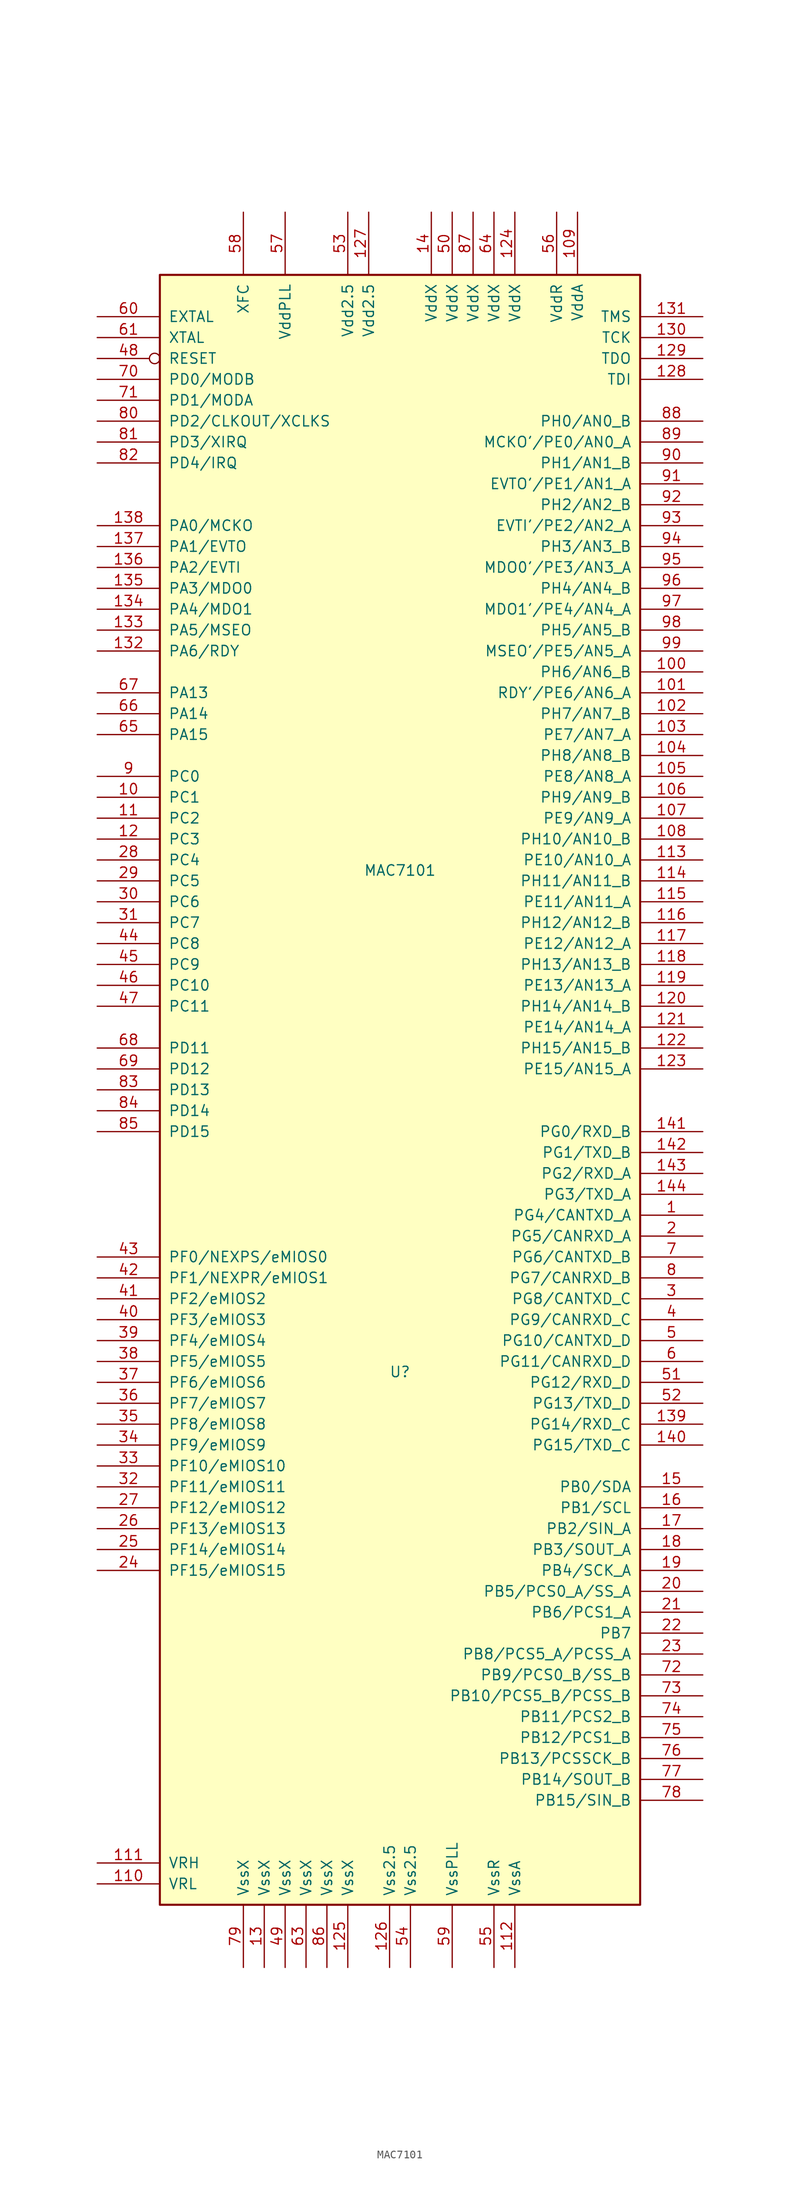
<source format=kicad_sym>
(kicad_symbol_lib
  (version 20201005)
  (generator kicad_symbol_editor)
  (symbol "MCU_NXP_MAC7100:MAC7101"
    (pin_names
      (offset 1.016))
    (property "Reference" "U"
      (at 1.27 -44.45 0)
      (effects (font (size 1.27 1.27))))
    (property "Value" "MAC7101"
      (at 1.27 16.51 0)
      (effects (font (size 1.27 1.27))))
    (symbol "MAC7101_0_1"
      (rectangle (start 30.48 -109.22) (end -27.94 88.9) (stroke (width 0.254)) (fill (type background))))
    (symbol "MAC7101_1_1"
      (pin bidirectional line (at 38.1 -25.4 180) (length 7.62) (name "PG4/CANTXD_A" (effects (font (size 1.27 1.27)))) (number "1" (effects (font (size 1.27 1.27)))))
      (pin bidirectional line (at -35.56 25.4 0) (length 7.62) (name "PC1" (effects (font (size 1.27 1.27)))) (number "10" (effects (font (size 1.27 1.27)))))
      (pin bidirectional line (at 38.1 40.64 180) (length 7.62) (name "PH6/AN6_B" (effects (font (size 1.27 1.27)))) (number "100" (effects (font (size 1.27 1.27)))))
      (pin bidirectional line (at 38.1 38.1 180) (length 7.62) (name "RDY'/PE6/AN6_A" (effects (font (size 1.27 1.27)))) (number "101" (effects (font (size 1.27 1.27)))))
      (pin bidirectional line (at 38.1 35.56 180) (length 7.62) (name "PH7/AN7_B" (effects (font (size 1.27 1.27)))) (number "102" (effects (font (size 1.27 1.27)))))
      (pin bidirectional line (at 38.1 33.02 180) (length 7.62) (name "PE7/AN7_A" (effects (font (size 1.27 1.27)))) (number "103" (effects (font (size 1.27 1.27)))))
      (pin bidirectional line (at 38.1 30.48 180) (length 7.62) (name "PH8/AN8_B" (effects (font (size 1.27 1.27)))) (number "104" (effects (font (size 1.27 1.27)))))
      (pin bidirectional line (at 38.1 27.94 180) (length 7.62) (name "PE8/AN8_A" (effects (font (size 1.27 1.27)))) (number "105" (effects (font (size 1.27 1.27)))))
      (pin bidirectional line (at 38.1 25.4 180) (length 7.62) (name "PH9/AN9_B" (effects (font (size 1.27 1.27)))) (number "106" (effects (font (size 1.27 1.27)))))
      (pin bidirectional line (at 38.1 22.86 180) (length 7.62) (name "PE9/AN9_A" (effects (font (size 1.27 1.27)))) (number "107" (effects (font (size 1.27 1.27)))))
      (pin bidirectional line (at 38.1 20.32 180) (length 7.62) (name "PH10/AN10_B" (effects (font (size 1.27 1.27)))) (number "108" (effects (font (size 1.27 1.27)))))
      (pin power_in line (at 22.86 96.52 270) (length 7.62) (name "VddA" (effects (font (size 1.27 1.27)))) (number "109" (effects (font (size 1.27 1.27)))))
      (pin bidirectional line (at -35.56 22.86 0) (length 7.62) (name "PC2" (effects (font (size 1.27 1.27)))) (number "11" (effects (font (size 1.27 1.27)))))
      (pin passive line (at -35.56 -106.68 0) (length 7.62) (name "VRL" (effects (font (size 1.27 1.27)))) (number "110" (effects (font (size 1.27 1.27)))))
      (pin passive line (at -35.56 -104.14 0) (length 7.62) (name "VRH" (effects (font (size 1.27 1.27)))) (number "111" (effects (font (size 1.27 1.27)))))
      (pin power_in line (at 15.24 -116.84 90) (length 7.62) (name "VssA" (effects (font (size 1.27 1.27)))) (number "112" (effects (font (size 1.27 1.27)))))
      (pin bidirectional line (at 38.1 17.78 180) (length 7.62) (name "PE10/AN10_A" (effects (font (size 1.27 1.27)))) (number "113" (effects (font (size 1.27 1.27)))))
      (pin bidirectional line (at 38.1 15.24 180) (length 7.62) (name "PH11/AN11_B" (effects (font (size 1.27 1.27)))) (number "114" (effects (font (size 1.27 1.27)))))
      (pin bidirectional line (at 38.1 12.7 180) (length 7.62) (name "PE11/AN11_A" (effects (font (size 1.27 1.27)))) (number "115" (effects (font (size 1.27 1.27)))))
      (pin bidirectional line (at 38.1 10.16 180) (length 7.62) (name "PH12/AN12_B" (effects (font (size 1.27 1.27)))) (number "116" (effects (font (size 1.27 1.27)))))
      (pin bidirectional line (at 38.1 7.62 180) (length 7.62) (name "PE12/AN12_A" (effects (font (size 1.27 1.27)))) (number "117" (effects (font (size 1.27 1.27)))))
      (pin bidirectional line (at 38.1 5.08 180) (length 7.62) (name "PH13/AN13_B" (effects (font (size 1.27 1.27)))) (number "118" (effects (font (size 1.27 1.27)))))
      (pin bidirectional line (at 38.1 2.54 180) (length 7.62) (name "PE13/AN13_A" (effects (font (size 1.27 1.27)))) (number "119" (effects (font (size 1.27 1.27)))))
      (pin bidirectional line (at -35.56 20.32 0) (length 7.62) (name "PC3" (effects (font (size 1.27 1.27)))) (number "12" (effects (font (size 1.27 1.27)))))
      (pin bidirectional line (at 38.1 0 180) (length 7.62) (name "PH14/AN14_B" (effects (font (size 1.27 1.27)))) (number "120" (effects (font (size 1.27 1.27)))))
      (pin bidirectional line (at 38.1 -2.54 180) (length 7.62) (name "PE14/AN14_A" (effects (font (size 1.27 1.27)))) (number "121" (effects (font (size 1.27 1.27)))))
      (pin bidirectional line (at 38.1 -5.08 180) (length 7.62) (name "PH15/AN15_B" (effects (font (size 1.27 1.27)))) (number "122" (effects (font (size 1.27 1.27)))))
      (pin bidirectional line (at 38.1 -7.62 180) (length 7.62) (name "PE15/AN15_A" (effects (font (size 1.27 1.27)))) (number "123" (effects (font (size 1.27 1.27)))))
      (pin power_in line (at 15.24 96.52 270) (length 7.62) (name "VddX" (effects (font (size 1.27 1.27)))) (number "124" (effects (font (size 1.27 1.27)))))
      (pin power_in line (at -5.08 -116.84 90) (length 7.62) (name "VssX" (effects (font (size 1.27 1.27)))) (number "125" (effects (font (size 1.27 1.27)))))
      (pin power_in line (at 0 -116.84 90) (length 7.62) (name "Vss2.5" (effects (font (size 1.27 1.27)))) (number "126" (effects (font (size 1.27 1.27)))))
      (pin power_in line (at -2.54 96.52 270) (length 7.62) (name "Vdd2.5" (effects (font (size 1.27 1.27)))) (number "127" (effects (font (size 1.27 1.27)))))
      (pin input line (at 38.1 76.2 180) (length 7.62) (name "TDI" (effects (font (size 1.27 1.27)))) (number "128" (effects (font (size 1.27 1.27)))))
      (pin output line (at 38.1 78.74 180) (length 7.62) (name "TDO" (effects (font (size 1.27 1.27)))) (number "129" (effects (font (size 1.27 1.27)))))
      (pin power_in line (at -15.24 -116.84 90) (length 7.62) (name "VssX" (effects (font (size 1.27 1.27)))) (number "13" (effects (font (size 1.27 1.27)))))
      (pin input line (at 38.1 81.28 180) (length 7.62) (name "TCK" (effects (font (size 1.27 1.27)))) (number "130" (effects (font (size 1.27 1.27)))))
      (pin input line (at 38.1 83.82 180) (length 7.62) (name "TMS" (effects (font (size 1.27 1.27)))) (number "131" (effects (font (size 1.27 1.27)))))
      (pin bidirectional line (at -35.56 43.18 0) (length 7.62) (name "PA6/RDY" (effects (font (size 1.27 1.27)))) (number "132" (effects (font (size 1.27 1.27)))))
      (pin bidirectional line (at -35.56 45.72 0) (length 7.62) (name "PA5/MSEO" (effects (font (size 1.27 1.27)))) (number "133" (effects (font (size 1.27 1.27)))))
      (pin bidirectional line (at -35.56 48.26 0) (length 7.62) (name "PA4/MDO1" (effects (font (size 1.27 1.27)))) (number "134" (effects (font (size 1.27 1.27)))))
      (pin bidirectional line (at -35.56 50.8 0) (length 7.62) (name "PA3/MDO0" (effects (font (size 1.27 1.27)))) (number "135" (effects (font (size 1.27 1.27)))))
      (pin bidirectional line (at -35.56 53.34 0) (length 7.62) (name "PA2/EVTI" (effects (font (size 1.27 1.27)))) (number "136" (effects (font (size 1.27 1.27)))))
      (pin bidirectional line (at -35.56 55.88 0) (length 7.62) (name "PA1/EVTO" (effects (font (size 1.27 1.27)))) (number "137" (effects (font (size 1.27 1.27)))))
      (pin bidirectional line (at -35.56 58.42 0) (length 7.62) (name "PA0/MCKO" (effects (font (size 1.27 1.27)))) (number "138" (effects (font (size 1.27 1.27)))))
      (pin bidirectional line (at 38.1 -50.8 180) (length 7.62) (name "PG14/RXD_C" (effects (font (size 1.27 1.27)))) (number "139" (effects (font (size 1.27 1.27)))))
      (pin power_in line (at 5.08 96.52 270) (length 7.62) (name "VddX" (effects (font (size 1.27 1.27)))) (number "14" (effects (font (size 1.27 1.27)))))
      (pin bidirectional line (at 38.1 -53.34 180) (length 7.62) (name "PG15/TXD_C" (effects (font (size 1.27 1.27)))) (number "140" (effects (font (size 1.27 1.27)))))
      (pin bidirectional line (at 38.1 -15.24 180) (length 7.62) (name "PG0/RXD_B" (effects (font (size 1.27 1.27)))) (number "141" (effects (font (size 1.27 1.27)))))
      (pin bidirectional line (at 38.1 -17.78 180) (length 7.62) (name "PG1/TXD_B" (effects (font (size 1.27 1.27)))) (number "142" (effects (font (size 1.27 1.27)))))
      (pin bidirectional line (at 38.1 -20.32 180) (length 7.62) (name "PG2/RXD_A" (effects (font (size 1.27 1.27)))) (number "143" (effects (font (size 1.27 1.27)))))
      (pin bidirectional line (at 38.1 -22.86 180) (length 7.62) (name "PG3/TXD_A" (effects (font (size 1.27 1.27)))) (number "144" (effects (font (size 1.27 1.27)))))
      (pin bidirectional line (at 38.1 -58.42 180) (length 7.62) (name "PB0/SDA" (effects (font (size 1.27 1.27)))) (number "15" (effects (font (size 1.27 1.27)))))
      (pin bidirectional line (at 38.1 -60.96 180) (length 7.62) (name "PB1/SCL" (effects (font (size 1.27 1.27)))) (number "16" (effects (font (size 1.27 1.27)))))
      (pin bidirectional line (at 38.1 -63.5 180) (length 7.62) (name "PB2/SIN_A" (effects (font (size 1.27 1.27)))) (number "17" (effects (font (size 1.27 1.27)))))
      (pin bidirectional line (at 38.1 -66.04 180) (length 7.62) (name "PB3/SOUT_A" (effects (font (size 1.27 1.27)))) (number "18" (effects (font (size 1.27 1.27)))))
      (pin bidirectional line (at 38.1 -68.58 180) (length 7.62) (name "PB4/SCK_A" (effects (font (size 1.27 1.27)))) (number "19" (effects (font (size 1.27 1.27)))))
      (pin bidirectional line (at 38.1 -27.94 180) (length 7.62) (name "PG5/CANRXD_A" (effects (font (size 1.27 1.27)))) (number "2" (effects (font (size 1.27 1.27)))))
      (pin bidirectional line (at 38.1 -71.12 180) (length 7.62) (name "PB5/PCS0_A/SS_A" (effects (font (size 1.27 1.27)))) (number "20" (effects (font (size 1.27 1.27)))))
      (pin bidirectional line (at 38.1 -73.66 180) (length 7.62) (name "PB6/PCS1_A" (effects (font (size 1.27 1.27)))) (number "21" (effects (font (size 1.27 1.27)))))
      (pin bidirectional line (at 38.1 -76.2 180) (length 7.62) (name "PB7" (effects (font (size 1.27 1.27)))) (number "22" (effects (font (size 1.27 1.27)))))
      (pin bidirectional line (at 38.1 -78.74 180) (length 7.62) (name "PB8/PCS5_A/PCSS_A" (effects (font (size 1.27 1.27)))) (number "23" (effects (font (size 1.27 1.27)))))
      (pin bidirectional line (at -35.56 -68.58 0) (length 7.62) (name "PF15/eMIOS15" (effects (font (size 1.27 1.27)))) (number "24" (effects (font (size 1.27 1.27)))))
      (pin bidirectional line (at -35.56 -66.04 0) (length 7.62) (name "PF14/eMIOS14" (effects (font (size 1.27 1.27)))) (number "25" (effects (font (size 1.27 1.27)))))
      (pin bidirectional line (at -35.56 -63.5 0) (length 7.62) (name "PF13/eMIOS13" (effects (font (size 1.27 1.27)))) (number "26" (effects (font (size 1.27 1.27)))))
      (pin bidirectional line (at -35.56 -60.96 0) (length 7.62) (name "PF12/eMIOS12" (effects (font (size 1.27 1.27)))) (number "27" (effects (font (size 1.27 1.27)))))
      (pin bidirectional line (at -35.56 17.78 0) (length 7.62) (name "PC4" (effects (font (size 1.27 1.27)))) (number "28" (effects (font (size 1.27 1.27)))))
      (pin bidirectional line (at -35.56 15.24 0) (length 7.62) (name "PC5" (effects (font (size 1.27 1.27)))) (number "29" (effects (font (size 1.27 1.27)))))
      (pin bidirectional line (at 38.1 -35.56 180) (length 7.62) (name "PG8/CANTXD_C" (effects (font (size 1.27 1.27)))) (number "3" (effects (font (size 1.27 1.27)))))
      (pin bidirectional line (at -35.56 12.7 0) (length 7.62) (name "PC6" (effects (font (size 1.27 1.27)))) (number "30" (effects (font (size 1.27 1.27)))))
      (pin bidirectional line (at -35.56 10.16 0) (length 7.62) (name "PC7" (effects (font (size 1.27 1.27)))) (number "31" (effects (font (size 1.27 1.27)))))
      (pin bidirectional line (at -35.56 -58.42 0) (length 7.62) (name "PF11/eMIOS11" (effects (font (size 1.27 1.27)))) (number "32" (effects (font (size 1.27 1.27)))))
      (pin bidirectional line (at -35.56 -55.88 0) (length 7.62) (name "PF10/eMIOS10" (effects (font (size 1.27 1.27)))) (number "33" (effects (font (size 1.27 1.27)))))
      (pin bidirectional line (at -35.56 -53.34 0) (length 7.62) (name "PF9/eMIOS9" (effects (font (size 1.27 1.27)))) (number "34" (effects (font (size 1.27 1.27)))))
      (pin bidirectional line (at -35.56 -50.8 0) (length 7.62) (name "PF8/eMIOS8" (effects (font (size 1.27 1.27)))) (number "35" (effects (font (size 1.27 1.27)))))
      (pin bidirectional line (at -35.56 -48.26 0) (length 7.62) (name "PF7/eMIOS7" (effects (font (size 1.27 1.27)))) (number "36" (effects (font (size 1.27 1.27)))))
      (pin bidirectional line (at -35.56 -45.72 0) (length 7.62) (name "PF6/eMIOS6" (effects (font (size 1.27 1.27)))) (number "37" (effects (font (size 1.27 1.27)))))
      (pin bidirectional line (at -35.56 -43.18 0) (length 7.62) (name "PF5/eMIOS5" (effects (font (size 1.27 1.27)))) (number "38" (effects (font (size 1.27 1.27)))))
      (pin bidirectional line (at -35.56 -40.64 0) (length 7.62) (name "PF4/eMIOS4" (effects (font (size 1.27 1.27)))) (number "39" (effects (font (size 1.27 1.27)))))
      (pin bidirectional line (at 38.1 -38.1 180) (length 7.62) (name "PG9/CANRXD_C" (effects (font (size 1.27 1.27)))) (number "4" (effects (font (size 1.27 1.27)))))
      (pin bidirectional line (at -35.56 -38.1 0) (length 7.62) (name "PF3/eMIOS3" (effects (font (size 1.27 1.27)))) (number "40" (effects (font (size 1.27 1.27)))))
      (pin bidirectional line (at -35.56 -35.56 0) (length 7.62) (name "PF2/eMIOS2" (effects (font (size 1.27 1.27)))) (number "41" (effects (font (size 1.27 1.27)))))
      (pin bidirectional line (at -35.56 -33.02 0) (length 7.62) (name "PF1/NEXPR/eMIOS1" (effects (font (size 1.27 1.27)))) (number "42" (effects (font (size 1.27 1.27)))))
      (pin bidirectional line (at -35.56 -30.48 0) (length 7.62) (name "PF0/NEXPS/eMIOS0" (effects (font (size 1.27 1.27)))) (number "43" (effects (font (size 1.27 1.27)))))
      (pin bidirectional line (at -35.56 7.62 0) (length 7.62) (name "PC8" (effects (font (size 1.27 1.27)))) (number "44" (effects (font (size 1.27 1.27)))))
      (pin bidirectional line (at -35.56 5.08 0) (length 7.62) (name "PC9" (effects (font (size 1.27 1.27)))) (number "45" (effects (font (size 1.27 1.27)))))
      (pin bidirectional line (at -35.56 2.54 0) (length 7.62) (name "PC10" (effects (font (size 1.27 1.27)))) (number "46" (effects (font (size 1.27 1.27)))))
      (pin bidirectional line (at -35.56 0 0) (length 7.62) (name "PC11" (effects (font (size 1.27 1.27)))) (number "47" (effects (font (size 1.27 1.27)))))
      (pin bidirectional inverted (at -35.56 78.74 0) (length 7.62) (name "RESET" (effects (font (size 1.27 1.27)))) (number "48" (effects (font (size 1.27 1.27)))))
      (pin power_in line (at -12.7 -116.84 90) (length 7.62) (name "VssX" (effects (font (size 1.27 1.27)))) (number "49" (effects (font (size 1.27 1.27)))))
      (pin bidirectional line (at 38.1 -40.64 180) (length 7.62) (name "PG10/CANTXD_D" (effects (font (size 1.27 1.27)))) (number "5" (effects (font (size 1.27 1.27)))))
      (pin power_in line (at 7.62 96.52 270) (length 7.62) (name "VddX" (effects (font (size 1.27 1.27)))) (number "50" (effects (font (size 1.27 1.27)))))
      (pin bidirectional line (at 38.1 -45.72 180) (length 7.62) (name "PG12/RXD_D" (effects (font (size 1.27 1.27)))) (number "51" (effects (font (size 1.27 1.27)))))
      (pin bidirectional line (at 38.1 -48.26 180) (length 7.62) (name "PG13/TXD_D" (effects (font (size 1.27 1.27)))) (number "52" (effects (font (size 1.27 1.27)))))
      (pin passive line (at -5.08 96.52 270) (length 7.62) (name "Vdd2.5" (effects (font (size 1.27 1.27)))) (number "53" (effects (font (size 1.27 1.27)))))
      (pin passive line (at 2.54 -116.84 90) (length 7.62) (name "Vss2.5" (effects (font (size 1.27 1.27)))) (number "54" (effects (font (size 1.27 1.27)))))
      (pin power_in line (at 12.7 -116.84 90) (length 7.62) (name "VssR" (effects (font (size 1.27 1.27)))) (number "55" (effects (font (size 1.27 1.27)))))
      (pin power_in line (at 20.32 96.52 270) (length 7.62) (name "VddR" (effects (font (size 1.27 1.27)))) (number "56" (effects (font (size 1.27 1.27)))))
      (pin passive line (at -12.7 96.52 270) (length 7.62) (name "VddPLL" (effects (font (size 1.27 1.27)))) (number "57" (effects (font (size 1.27 1.27)))))
      (pin bidirectional line (at -17.78 96.52 270) (length 7.62) (name "XFC" (effects (font (size 1.27 1.27)))) (number "58" (effects (font (size 1.27 1.27)))))
      (pin passive line (at 7.62 -116.84 90) (length 7.62) (name "VssPLL" (effects (font (size 1.27 1.27)))) (number "59" (effects (font (size 1.27 1.27)))))
      (pin bidirectional line (at 38.1 -43.18 180) (length 7.62) (name "PG11/CANRXD_D" (effects (font (size 1.27 1.27)))) (number "6" (effects (font (size 1.27 1.27)))))
      (pin input line (at -35.56 83.82 0) (length 7.62) (name "EXTAL" (effects (font (size 1.27 1.27)))) (number "60" (effects (font (size 1.27 1.27)))))
      (pin output line (at -35.56 81.28 0) (length 7.62) (name "XTAL" (effects (font (size 1.27 1.27)))) (number "61" (effects (font (size 1.27 1.27)))))
      (pin power_in line (at -10.16 -116.84 90) (length 7.62) (name "VssX" (effects (font (size 1.27 1.27)))) (number "63" (effects (font (size 1.27 1.27)))))
      (pin power_in line (at 12.7 96.52 270) (length 7.62) (name "VddX" (effects (font (size 1.27 1.27)))) (number "64" (effects (font (size 1.27 1.27)))))
      (pin bidirectional line (at -35.56 33.02 0) (length 7.62) (name "PA15" (effects (font (size 1.27 1.27)))) (number "65" (effects (font (size 1.27 1.27)))))
      (pin bidirectional line (at -35.56 35.56 0) (length 7.62) (name "PA14" (effects (font (size 1.27 1.27)))) (number "66" (effects (font (size 1.27 1.27)))))
      (pin bidirectional line (at -35.56 38.1 0) (length 7.62) (name "PA13" (effects (font (size 1.27 1.27)))) (number "67" (effects (font (size 1.27 1.27)))))
      (pin bidirectional line (at -35.56 -5.08 0) (length 7.62) (name "PD11" (effects (font (size 1.27 1.27)))) (number "68" (effects (font (size 1.27 1.27)))))
      (pin bidirectional line (at -35.56 -7.62 0) (length 7.62) (name "PD12" (effects (font (size 1.27 1.27)))) (number "69" (effects (font (size 1.27 1.27)))))
      (pin bidirectional line (at 38.1 -30.48 180) (length 7.62) (name "PG6/CANTXD_B" (effects (font (size 1.27 1.27)))) (number "7" (effects (font (size 1.27 1.27)))))
      (pin bidirectional line (at -35.56 76.2 0) (length 7.62) (name "PD0/MODB" (effects (font (size 1.27 1.27)))) (number "70" (effects (font (size 1.27 1.27)))))
      (pin bidirectional line (at -35.56 73.66 0) (length 7.62) (name "PD1/MODA" (effects (font (size 1.27 1.27)))) (number "71" (effects (font (size 1.27 1.27)))))
      (pin bidirectional line (at 38.1 -81.28 180) (length 7.62) (name "PB9/PCS0_B/SS_B" (effects (font (size 1.27 1.27)))) (number "72" (effects (font (size 1.27 1.27)))))
      (pin bidirectional line (at 38.1 -83.82 180) (length 7.62) (name "PB10/PCS5_B/PCSS_B" (effects (font (size 1.27 1.27)))) (number "73" (effects (font (size 1.27 1.27)))))
      (pin bidirectional line (at 38.1 -86.36 180) (length 7.62) (name "PB11/PCS2_B" (effects (font (size 1.27 1.27)))) (number "74" (effects (font (size 1.27 1.27)))))
      (pin bidirectional line (at 38.1 -88.9 180) (length 7.62) (name "PB12/PCS1_B" (effects (font (size 1.27 1.27)))) (number "75" (effects (font (size 1.27 1.27)))))
      (pin bidirectional line (at 38.1 -91.44 180) (length 7.62) (name "PB13/PCSSCK_B" (effects (font (size 1.27 1.27)))) (number "76" (effects (font (size 1.27 1.27)))))
      (pin bidirectional line (at 38.1 -93.98 180) (length 7.62) (name "PB14/SOUT_B" (effects (font (size 1.27 1.27)))) (number "77" (effects (font (size 1.27 1.27)))))
      (pin bidirectional line (at 38.1 -96.52 180) (length 7.62) (name "PB15/SIN_B" (effects (font (size 1.27 1.27)))) (number "78" (effects (font (size 1.27 1.27)))))
      (pin power_in line (at -17.78 -116.84 90) (length 7.62) (name "VssX" (effects (font (size 1.27 1.27)))) (number "79" (effects (font (size 1.27 1.27)))))
      (pin bidirectional line (at 38.1 -33.02 180) (length 7.62) (name "PG7/CANRXD_B" (effects (font (size 1.27 1.27)))) (number "8" (effects (font (size 1.27 1.27)))))
      (pin bidirectional line (at -35.56 71.12 0) (length 7.62) (name "PD2/CLKOUT/XCLKS" (effects (font (size 1.27 1.27)))) (number "80" (effects (font (size 1.27 1.27)))))
      (pin bidirectional line (at -35.56 68.58 0) (length 7.62) (name "PD3/XIRQ" (effects (font (size 1.27 1.27)))) (number "81" (effects (font (size 1.27 1.27)))))
      (pin bidirectional line (at -35.56 66.04 0) (length 7.62) (name "PD4/IRQ" (effects (font (size 1.27 1.27)))) (number "82" (effects (font (size 1.27 1.27)))))
      (pin bidirectional line (at -35.56 -10.16 0) (length 7.62) (name "PD13" (effects (font (size 1.27 1.27)))) (number "83" (effects (font (size 1.27 1.27)))))
      (pin bidirectional line (at -35.56 -12.7 0) (length 7.62) (name "PD14" (effects (font (size 1.27 1.27)))) (number "84" (effects (font (size 1.27 1.27)))))
      (pin bidirectional line (at -35.56 -15.24 0) (length 7.62) (name "PD15" (effects (font (size 1.27 1.27)))) (number "85" (effects (font (size 1.27 1.27)))))
      (pin power_in line (at -7.62 -116.84 90) (length 7.62) (name "VssX" (effects (font (size 1.27 1.27)))) (number "86" (effects (font (size 1.27 1.27)))))
      (pin power_in line (at 10.16 96.52 270) (length 7.62) (name "VddX" (effects (font (size 1.27 1.27)))) (number "87" (effects (font (size 1.27 1.27)))))
      (pin bidirectional line (at 38.1 71.12 180) (length 7.62) (name "PH0/AN0_B" (effects (font (size 1.27 1.27)))) (number "88" (effects (font (size 1.27 1.27)))))
      (pin bidirectional line (at 38.1 68.58 180) (length 7.62) (name "MCKO'/PE0/AN0_A" (effects (font (size 1.27 1.27)))) (number "89" (effects (font (size 1.27 1.27)))))
      (pin bidirectional line (at -35.56 27.94 0) (length 7.62) (name "PC0" (effects (font (size 1.27 1.27)))) (number "9" (effects (font (size 1.27 1.27)))))
      (pin bidirectional line (at 38.1 66.04 180) (length 7.62) (name "PH1/AN1_B" (effects (font (size 1.27 1.27)))) (number "90" (effects (font (size 1.27 1.27)))))
      (pin bidirectional line (at 38.1 63.5 180) (length 7.62) (name "EVTO'/PE1/AN1_A" (effects (font (size 1.27 1.27)))) (number "91" (effects (font (size 1.27 1.27)))))
      (pin bidirectional line (at 38.1 60.96 180) (length 7.62) (name "PH2/AN2_B" (effects (font (size 1.27 1.27)))) (number "92" (effects (font (size 1.27 1.27)))))
      (pin bidirectional line (at 38.1 58.42 180) (length 7.62) (name "EVTI'/PE2/AN2_A" (effects (font (size 1.27 1.27)))) (number "93" (effects (font (size 1.27 1.27)))))
      (pin bidirectional line (at 38.1 55.88 180) (length 7.62) (name "PH3/AN3_B" (effects (font (size 1.27 1.27)))) (number "94" (effects (font (size 1.27 1.27)))))
      (pin bidirectional line (at 38.1 53.34 180) (length 7.62) (name "MDO0'/PE3/AN3_A" (effects (font (size 1.27 1.27)))) (number "95" (effects (font (size 1.27 1.27)))))
      (pin bidirectional line (at 38.1 50.8 180) (length 7.62) (name "PH4/AN4_B" (effects (font (size 1.27 1.27)))) (number "96" (effects (font (size 1.27 1.27)))))
      (pin bidirectional line (at 38.1 48.26 180) (length 7.62) (name "MDO1'/PE4/AN4_A" (effects (font (size 1.27 1.27)))) (number "97" (effects (font (size 1.27 1.27)))))
      (pin bidirectional line (at 38.1 45.72 180) (length 7.62) (name "PH5/AN5_B" (effects (font (size 1.27 1.27)))) (number "98" (effects (font (size 1.27 1.27)))))
      (pin bidirectional line (at 38.1 43.18 180) (length 7.62) (name "MSEO'/PE5/AN5_A" (effects (font (size 1.27 1.27)))) (number "99" (effects (font (size 1.27 1.27))))))))
</source>
